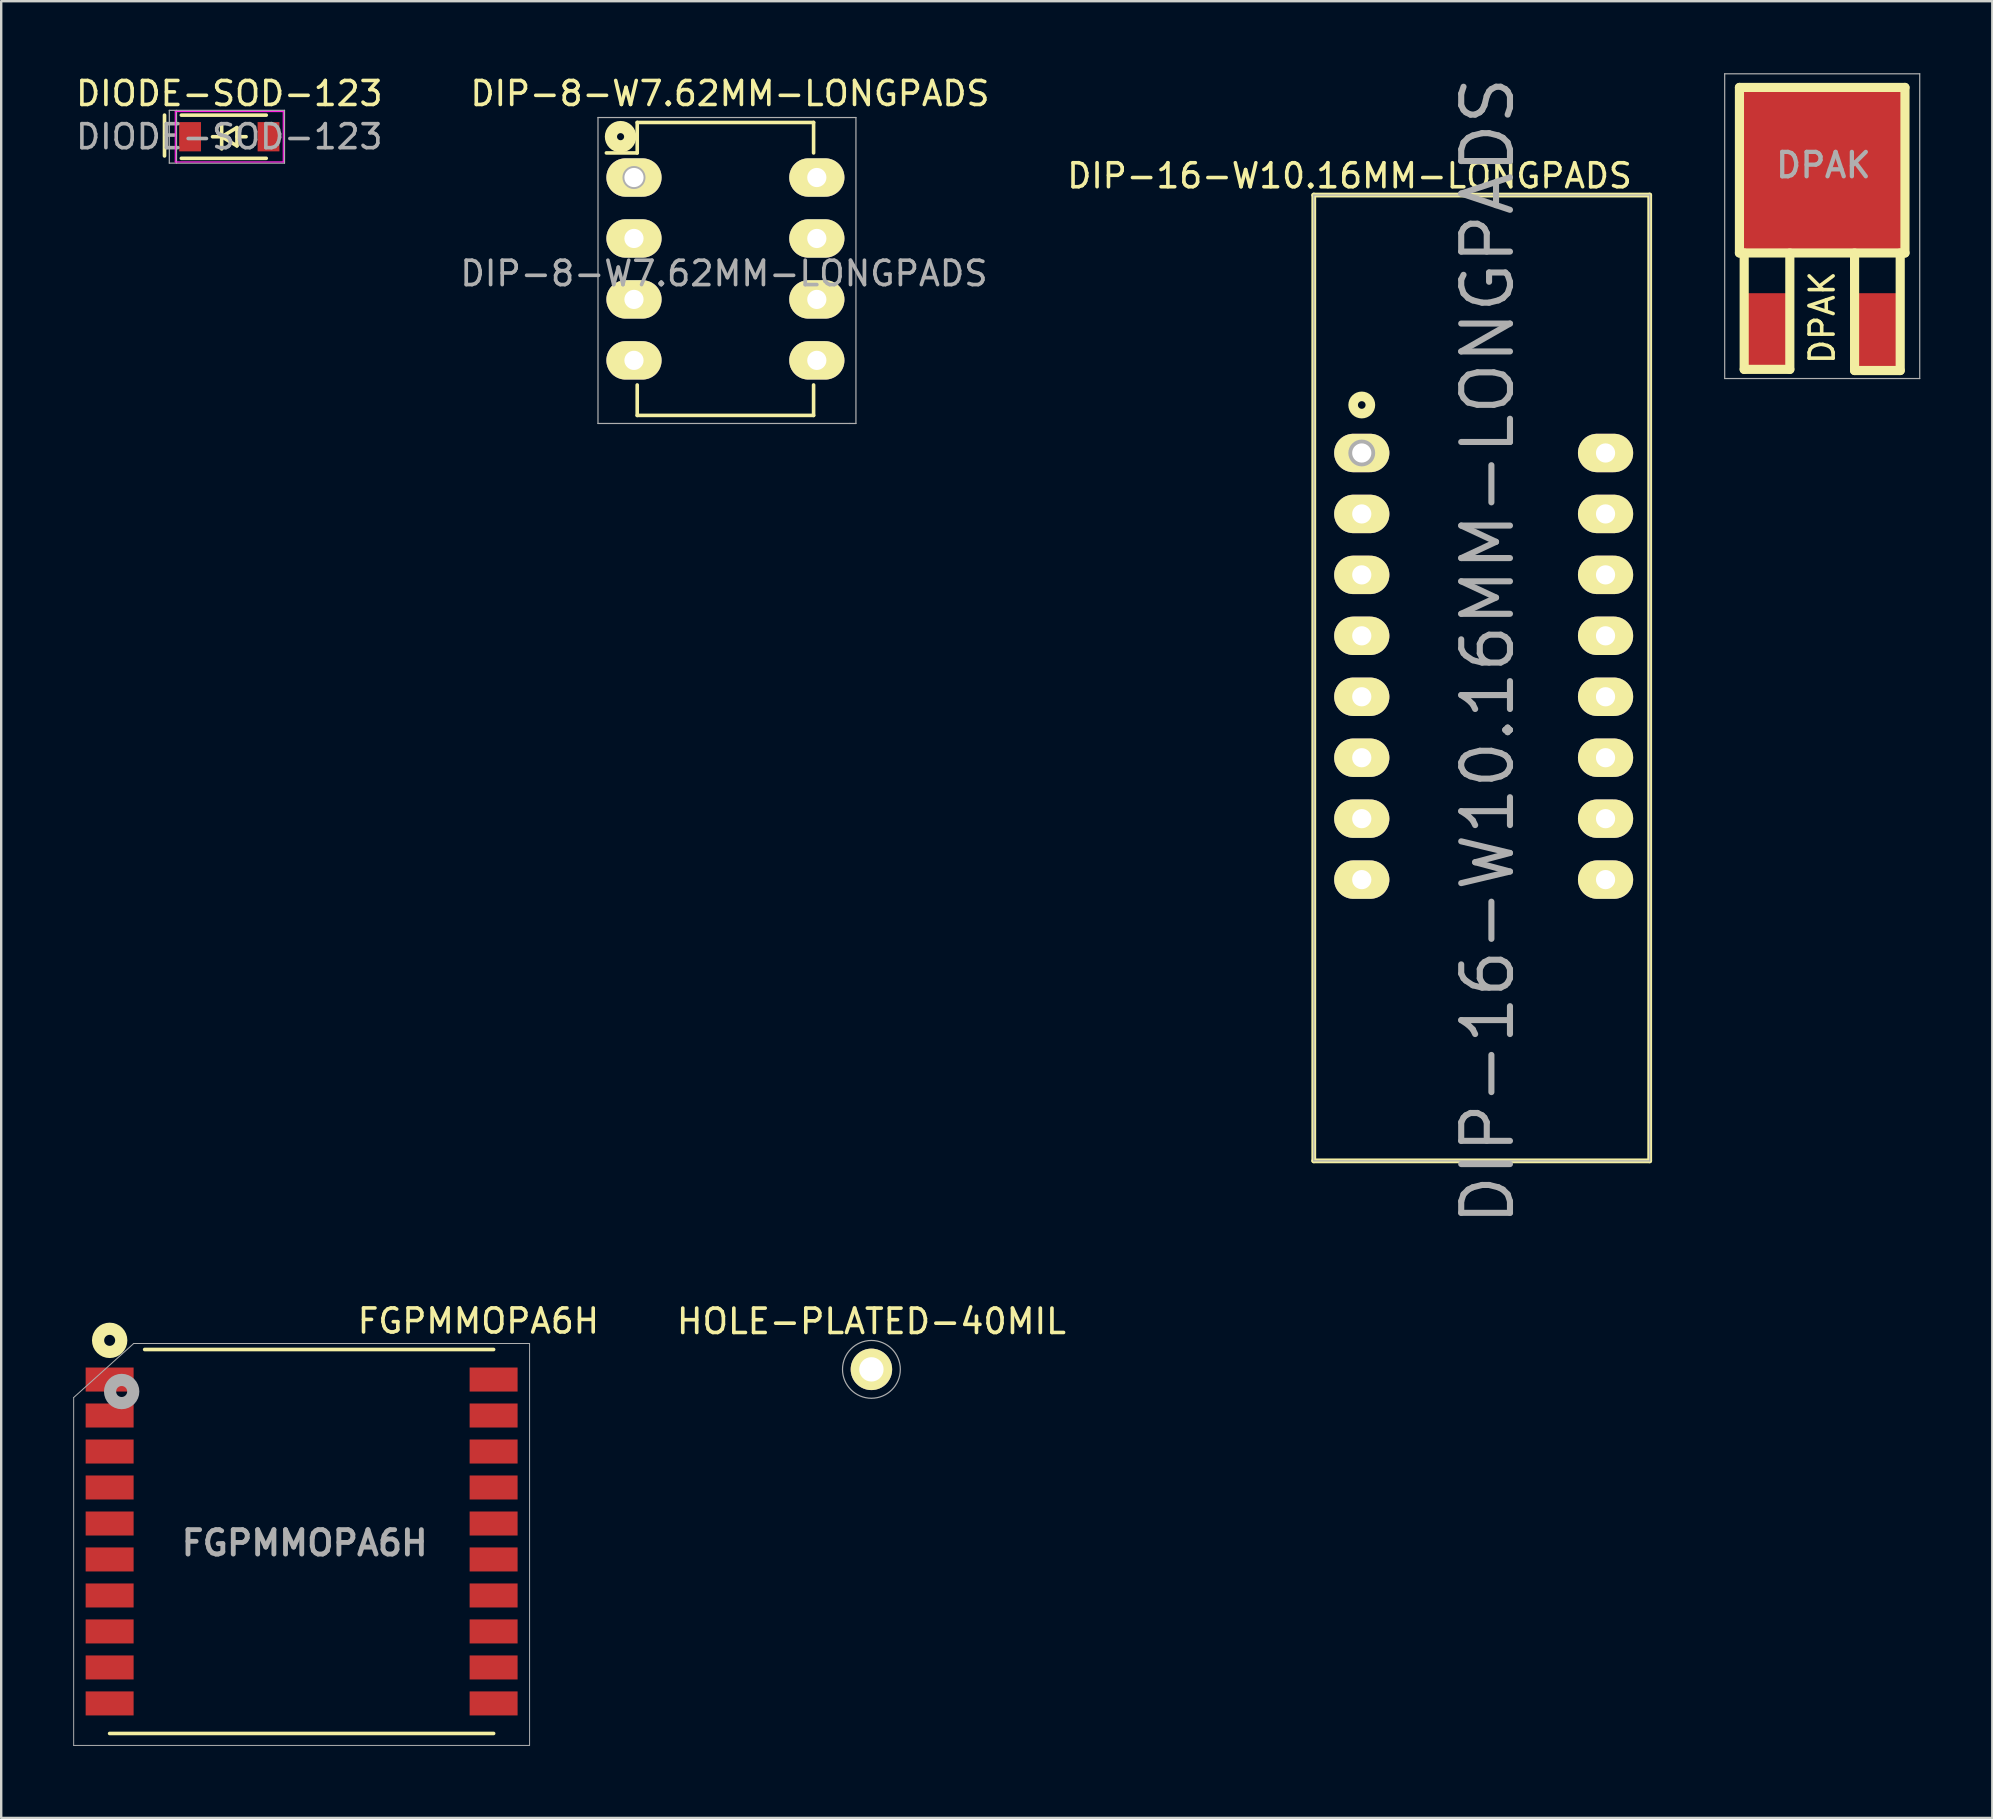
<source format=kicad_pcb>
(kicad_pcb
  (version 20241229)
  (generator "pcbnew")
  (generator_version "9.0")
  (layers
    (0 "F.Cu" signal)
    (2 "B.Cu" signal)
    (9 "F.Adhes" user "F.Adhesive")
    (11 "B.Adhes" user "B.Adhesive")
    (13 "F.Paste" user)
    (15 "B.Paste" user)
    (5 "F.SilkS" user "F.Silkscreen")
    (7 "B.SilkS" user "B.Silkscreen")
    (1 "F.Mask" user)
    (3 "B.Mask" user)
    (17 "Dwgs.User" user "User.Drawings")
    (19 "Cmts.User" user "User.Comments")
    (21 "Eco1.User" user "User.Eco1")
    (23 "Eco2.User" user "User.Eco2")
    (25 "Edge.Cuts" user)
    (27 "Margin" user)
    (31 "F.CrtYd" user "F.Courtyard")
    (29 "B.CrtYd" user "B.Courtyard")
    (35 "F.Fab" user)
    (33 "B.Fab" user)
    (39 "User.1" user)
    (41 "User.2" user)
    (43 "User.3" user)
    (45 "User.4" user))
  (footprint "DPAK"
    (layer "F.Cu")
    (at 72.89 6.375)
    (property "Reference" "DPAK" (at 0.051 -2.54 180) (layer "F.Fab") (effects (font (size 1.016 1.016) (thickness 0.178))))
    (attr smd)
    (fp_line (start -3.449 -5.781) (end 3.449 -5.781) (stroke (width 0.381) (type solid)) (layer "F.SilkS"))
    (fp_line (start -3.449 1.118) (end -3.449 -5.781) (stroke (width 0.381) (type solid)) (layer "F.SilkS"))
    (fp_line (start -3.251 5.969) (end -3.251 1.118) (stroke (width 0.381) (type solid)) (layer "F.SilkS"))
    (fp_line (start -3.251 5.969) (end -1.349 5.969) (stroke (width 0.381) (type solid)) (layer "F.SilkS"))
    (fp_line (start -1.349 5.969) (end -1.349 1.118) (stroke (width 0.381) (type solid)) (layer "F.SilkS"))
    (fp_line (start 1.349 6.017) (end 1.349 1.118) (stroke (width 0.381) (type solid)) (layer "F.SilkS"))
    (fp_line (start 1.349 6.017) (end 3.251 6.017) (stroke (width 0.381) (type solid)) (layer "F.SilkS"))
    (fp_line (start 3.251 6.017) (end 3.251 1.118) (stroke (width 0.381) (type solid)) (layer "F.SilkS"))
    (fp_line (start 3.449 -5.781) (end 3.449 1.118) (stroke (width 0.381) (type solid)) (layer "F.SilkS"))
    (fp_line (start 3.449 1.118) (end -3.449 1.118) (stroke (width 0.381) (type solid)) (layer "F.SilkS"))
    (fp_line (start -4.064 -6.35) (end 4.064 -6.35) (stroke (width 0.05) (type solid)) (layer "F.Fab"))
    (fp_line (start -4.064 6.35) (end -4.064 -6.35) (stroke (width 0.05) (type solid)) (layer "F.Fab"))
    (fp_line (start 4.064 -6.35) (end 4.064 6.35) (stroke (width 0.05) (type solid)) (layer "F.Fab"))
    (fp_line (start 4.064 6.35) (end -4.064 6.35) (stroke (width 0.05) (type solid)) (layer "F.Fab"))
    (fp_text user "${REFERENCE}" (at 0 3.81 90) (layer "F.SilkS") (effects (font (size 1 1) (thickness 0.15))))
    (pad "1" smd rect (at -2.301 4.318) (size 1.651 3.048) (layers "F.Cu" "F.Mask" "F.Paste"))
    (pad "2" smd rect (at 0 -2.332) (size 6.701 6.701) (layers "F.Cu" "F.Mask" "F.Paste"))
    (pad "3" smd rect (at 2.301 4.318) (size 1.651 3.048) (layers "F.Cu" "F.Mask" "F.Paste")))
  (footprint "DIP-8-W7.62MM-LONGPADS"
    (layer "F.Cu")
    (at 23.371 4.348)
    (property "Reference" "DIP-8-W7.62MM-LONGPADS" (at 3.75 4 180) (layer "F.Fab") (effects (font (size 1.016 1.016) (thickness 0.152))))
    (attr smd)
    (fp_line (start 0.135 -2.295) (end 0.135 -1.025) (stroke (width 0.15) (type solid)) (layer "F.SilkS"))
    (fp_line (start 0.135 -2.295) (end 7.485 -2.295) (stroke (width 0.15) (type solid)) (layer "F.SilkS"))
    (fp_line (start 0.135 -1.025) (end -1.15 -1.025) (stroke (width 0.15) (type solid)) (layer "F.SilkS"))
    (fp_line (start 0.135 9.915) (end 0.135 8.645) (stroke (width 0.15) (type solid)) (layer "F.SilkS"))
    (fp_line (start 0.135 9.915) (end 7.485 9.915) (stroke (width 0.15) (type solid)) (layer "F.SilkS"))
    (fp_line (start 7.485 -2.295) (end 7.485 -1.025) (stroke (width 0.15) (type solid)) (layer "F.SilkS"))
    (fp_line (start 7.485 9.915) (end 7.485 8.645) (stroke (width 0.15) (type solid)) (layer "F.SilkS"))
    (fp_circle (center -0.559 -1.702) (end -0.483 -1.575) (stroke (width 0.508) (type solid)) (fill no) (layer "F.SilkS"))
    (fp_line (start -1.5 -2.5) (end -1.5 10.25) (stroke (width 0.051) (type solid)) (layer "F.Fab"))
    (fp_line (start -1.5 10.25) (end 9 10.25) (stroke (width 0.051) (type solid)) (layer "F.Fab"))
    (fp_line (start 9 10.25) (end 9.25 10.25) (stroke (width 0.051) (type solid)) (layer "F.Fab"))
    (fp_line (start 9.25 -2.5) (end -1.5 -2.5) (stroke (width 0.051) (type solid)) (layer "F.Fab"))
    (fp_line (start 9.25 10.25) (end 9.25 -2.5) (stroke (width 0.051) (type solid)) (layer "F.Fab"))
    (fp_circle (center 0 0) (end 0.25 0.25) (stroke (width 0.254) (type solid)) (fill no) (layer "F.Fab"))
    (fp_text user "${REFERENCE}" (at 4 -3.5 0) (layer "F.SilkS") (effects (font (size 1 1) (thickness 0.15))))
    (pad "1" thru_hole oval (at 0 0) (size 2.3 1.6) (drill 0.8) (layers "*.Cu" "*.Mask" "F.SilkS"))
    (pad "2" thru_hole oval (at 0 2.54) (size 2.3 1.6) (drill 0.8) (layers "*.Cu" "*.Mask" "F.SilkS"))
    (pad "3" thru_hole oval (at 0 5.08) (size 2.3 1.6) (drill 0.8) (layers "*.Cu" "*.Mask" "F.SilkS"))
    (pad "4" thru_hole oval (at 0 7.62) (size 2.3 1.6) (drill 0.8) (layers "*.Cu" "*.Mask" "F.SilkS"))
    (pad "5" thru_hole oval (at 7.62 7.62) (size 2.3 1.6) (drill 0.8) (layers "*.Cu" "*.Mask" "F.SilkS"))
    (pad "6" thru_hole oval (at 7.62 5.08) (size 2.3 1.6) (drill 0.8) (layers "*.Cu" "*.Mask" "F.SilkS"))
    (pad "7" thru_hole oval (at 7.62 2.54) (size 2.3 1.6) (drill 0.8) (layers "*.Cu" "*.Mask" "F.SilkS"))
    (pad "8" thru_hole oval (at 7.62 0) (size 2.3 1.6) (drill 0.8) (layers "*.Cu" "*.Mask" "F.SilkS")))
  (footprint "HOLE-PLATED-40MIL"
    (layer "F.Cu")
    (at 33.266 54.018)
    (property "Reference" "HOLE-PLATED-40MIL" (at 0 -2 0) (layer "F.SilkS") (effects (font (size 1.016 1.016) (thickness 0.152))))
    (attr exclude_from_pos_files exclude_from_bom)
    (fp_circle (center 0 0) (end 0.9 0.8) (stroke (width 0.05) (type solid)) (fill no) (layer "F.Fab"))
    (pad "1" thru_hole circle (at 0 0) (size 1.727 1.727) (drill 1.016) (layers "*.Cu" "*.Mask" "F.SilkS")))
  (footprint "DIODE-SOD-123"
    (layer "F.Cu")
    (at 6.506 2.648)
    (property "Reference" "DIODE-SOD-123" (at 0 0 0) (layer "F.Fab") (effects (font (size 1 1) (thickness 0.15))))
    (attr smd)
    (fp_line (start -2.7 -0.9) (end -2.7 0.8) (stroke (width 0.152) (type solid)) (layer "F.SilkS"))
    (fp_line (start -2 -0.9) (end 1.54 -0.9) (stroke (width 0.15) (type solid)) (layer "F.SilkS"))
    (fp_line (start -2 0.9) (end 1.54 0.9) (stroke (width 0.15) (type solid)) (layer "F.SilkS"))
    (fp_line (start -0.699 0) (end -0.318 0) (stroke (width 0.15) (type solid)) (layer "F.SilkS"))
    (fp_line (start -0.318 -0.508) (end -0.318 0.508) (stroke (width 0.15) (type solid)) (layer "F.SilkS"))
    (fp_line (start -0.318 0) (end 0.318 -0.381) (stroke (width 0.15) (type solid)) (layer "F.SilkS"))
    (fp_line (start 0.318 -0.381) (end 0.318 0.381) (stroke (width 0.15) (type solid)) (layer "F.SilkS"))
    (fp_line (start 0.318 0) (end 0.699 0) (stroke (width 0.15) (type solid)) (layer "F.SilkS"))
    (fp_line (start 0.318 0.381) (end -0.318 0) (stroke (width 0.15) (type solid)) (layer "F.SilkS"))
    (fp_line (start -2.25 -1.05) (end -2.25 1.05) (stroke (width 0.05) (type solid)) (layer "F.CrtYd"))
    (fp_line (start -2.25 -1.05) (end 2.25 -1.05) (stroke (width 0.05) (type solid)) (layer "F.CrtYd"))
    (fp_line (start 2.25 -1.05) (end 2.25 1.05) (stroke (width 0.05) (type solid)) (layer "F.CrtYd"))
    (fp_line (start 2.25 1.05) (end -2.25 1.05) (stroke (width 0.05) (type solid)) (layer "F.CrtYd"))
    (fp_line (start -2.5 -1.1) (end -2.5 1.1) (stroke (width 0.051) (type solid)) (layer "F.Fab"))
    (fp_line (start -2.5 1.1) (end 2.3 1.1) (stroke (width 0.051) (type solid)) (layer "F.Fab"))
    (fp_line (start -2.2 -1.1) (end -2.2 1.1) (stroke (width 0.051) (type solid)) (layer "F.Fab"))
    (fp_line (start 2.3 -1.1) (end -2.5 -1.1) (stroke (width 0.051) (type solid)) (layer "F.Fab"))
    (fp_line (start 2.3 1.1) (end 2.3 -1.1) (stroke (width 0.051) (type solid)) (layer "F.Fab"))
    (fp_text user "${REFERENCE}" (at 0 -1.8 0) (layer "F.SilkS") (effects (font (size 1 1) (thickness 0.15))))
    (pad "1" smd rect (at -1.635 0) (size 0.91 1.22) (layers "F.Cu" "F.Mask" "F.Paste"))
    (pad "2" smd rect (at 1.635 0) (size 0.91 1.22) (layers "F.Cu" "F.Mask" "F.Paste")))
  (footprint "FGPMMOPA6H"
    (layer "F.Cu")
    (at 9.52 61.191)
    (property "Reference" "FGPMMOPA6H" (at 0.127 0.064 0) (layer "F.Fab") (effects (font (size 1.016 1.016) (thickness 0.203))))
    (attr smd)
    (fp_line (start -6.54 -8.001) (end 8.001 -8.001) (stroke (width 0.152) (type solid)) (layer "F.SilkS"))
    (fp_line (start 8.001 8.001) (end -8.001 8.001) (stroke (width 0.152) (type solid)) (layer "F.SilkS"))
    (fp_circle (center -8 -8.382) (end -7.873 -8.191) (stroke (width 0.508) (type solid)) (fill no) (layer "F.SilkS"))
    (fp_line (start -9.5 -6) (end -9.5 8.5) (stroke (width 0.041) (type solid)) (layer "F.Fab"))
    (fp_line (start -9.5 -6) (end -7 -8.25) (stroke (width 0.041) (type solid)) (layer "F.Fab"))
    (fp_line (start -9.5 8.5) (end 9.5 8.5) (stroke (width 0.041) (type solid)) (layer "F.Fab"))
    (fp_line (start 9.5 -8.25) (end -7 -8.25) (stroke (width 0.041) (type solid)) (layer "F.Fab"))
    (fp_line (start 9.5 8.5) (end 9.5 -8.25) (stroke (width 0.041) (type solid)) (layer "F.Fab"))
    (fp_circle (center -7.5 -6.25) (end -7.373 -6.059) (stroke (width 0.508) (type solid)) (fill no) (layer "F.Fab"))
    (fp_text user "${REFERENCE}" (at 7.366 -9.187 0) (layer "F.SilkS") (effects (font (size 1 1) (thickness 0.15))))
    (pad "1" smd rect (at -8.001 -6.749) (size 1.999 1.001) (layers "F.Cu" "F.Mask" "F.Paste"))
    (pad "2" smd rect (at -8.001 -5.25) (size 1.999 1.001) (layers "F.Cu" "F.Mask" "F.Paste"))
    (pad "3" smd rect (at -8.001 -3.749) (size 1.999 1.001) (layers "F.Cu" "F.Mask" "F.Paste"))
    (pad "4" smd rect (at -8.001 -2.25) (size 1.999 1.001) (layers "F.Cu" "F.Mask" "F.Paste"))
    (pad "5" smd rect (at -8.001 -0.749) (size 1.999 1.001) (layers "F.Cu" "F.Mask" "F.Paste"))
    (pad "6" smd rect (at -8.001 0.749) (size 1.999 1.001) (layers "F.Cu" "F.Mask" "F.Paste"))
    (pad "7" smd rect (at -8.001 2.25) (size 1.999 1.001) (layers "F.Cu" "F.Mask" "F.Paste"))
    (pad "8" smd rect (at -8.001 3.749) (size 1.999 1.001) (layers "F.Cu" "F.Mask" "F.Paste"))
    (pad "9" smd rect (at -8.001 5.25) (size 1.999 1.001) (layers "F.Cu" "F.Mask" "F.Paste"))
    (pad "10" smd rect (at -8.001 6.749) (size 1.999 1.001) (layers "F.Cu" "F.Mask" "F.Paste"))
    (pad "11" smd rect (at 8.001 6.749) (size 1.999 1.001) (layers "F.Cu" "F.Mask" "F.Paste"))
    (pad "12" smd rect (at 8.001 5.25) (size 1.999 1.001) (layers "F.Cu" "F.Mask" "F.Paste"))
    (pad "13" smd rect (at 8.001 3.749) (size 1.999 1.001) (layers "F.Cu" "F.Mask" "F.Paste"))
    (pad "14" smd rect (at 8.001 2.25) (size 1.999 1.001) (layers "F.Cu" "F.Mask" "F.Paste"))
    (pad "15" smd rect (at 8.001 0.749) (size 1.999 1.001) (layers "F.Cu" "F.Mask" "F.Paste"))
    (pad "16" smd rect (at 8.001 -0.749) (size 1.999 1.001) (layers "F.Cu" "F.Mask" "F.Paste"))
    (pad "17" smd rect (at 8.001 -2.25) (size 1.999 1.001) (layers "F.Cu" "F.Mask" "F.Paste"))
    (pad "18" smd rect (at 8.001 -3.749) (size 1.999 1.001) (layers "F.Cu" "F.Mask" "F.Paste"))
    (pad "19" smd rect (at 8.001 -5.25) (size 1.999 1.001) (layers "F.Cu" "F.Mask" "F.Paste"))
    (pad "20" smd rect (at 8.001 -6.749) (size 1.999 1.001) (layers "F.Cu" "F.Mask" "F.Paste")))
  (footprint "DIP-16-W10.16MM-LONGPADS"
    (layer "F.Cu")
    (at 53.701 15.828)
    (property "Reference" "DIP-16-W10.16MM-LONGPADS" (at 5.25 8.25 90) (layer "F.Fab") (effects (font (size 2.032 2.032) (thickness 0.254))))
    (attr smd)
    (fp_line (start -2 -10.75) (end -2 29.5) (stroke (width 0.2) (type solid)) (layer "F.SilkS"))
    (fp_line (start -2 -10.75) (end 12 -10.75) (stroke (width 0.2) (type solid)) (layer "F.SilkS"))
    (fp_line (start 12 -10.75) (end 12 29.5) (stroke (width 0.2) (type solid)) (layer "F.SilkS"))
    (fp_line (start 12 29.5) (end -2 29.5) (stroke (width 0.2) (type solid)) (layer "F.SilkS"))
    (fp_circle (center 0 -2) (end 0.254 -1.746) (stroke (width 0.4) (type solid)) (fill no) (layer "F.SilkS"))
    (fp_line (start -2 -10.75) (end -2 29.5) (stroke (width 0.05) (type solid)) (layer "F.Fab"))
    (fp_line (start -2 -10.75) (end 12 -10.75) (stroke (width 0.05) (type solid)) (layer "F.Fab"))
    (fp_line (start -2 29.5) (end 12 29.5) (stroke (width 0.05) (type solid)) (layer "F.Fab"))
    (fp_line (start 12 -10.75) (end 12 29.5) (stroke (width 0.05) (type solid)) (layer "F.Fab"))
    (fp_circle (center 0 0) (end 0.254 0.254) (stroke (width 0.4) (type solid)) (fill no) (layer "F.Fab"))
    (fp_text user "${REFERENCE}" (at -0.508 -11.552 0) (layer "F.SilkS") (effects (font (size 1 1) (thickness 0.15))))
    (pad "1" thru_hole oval (at 0 0) (size 2.3 1.6) (drill 0.8) (layers "*.Cu" "*.Mask" "F.SilkS"))
    (pad "2" thru_hole oval (at 0 2.54) (size 2.3 1.6) (drill 0.8) (layers "*.Cu" "*.Mask" "F.SilkS"))
    (pad "3" thru_hole oval (at 0 5.08) (size 2.3 1.6) (drill 0.8) (layers "*.Cu" "*.Mask" "F.SilkS"))
    (pad "4" thru_hole oval (at 0 7.62) (size 2.3 1.6) (drill 0.8) (layers "*.Cu" "*.Mask" "F.SilkS"))
    (pad "5" thru_hole oval (at 0 10.16) (size 2.3 1.6) (drill 0.8) (layers "*.Cu" "*.Mask" "F.SilkS"))
    (pad "6" thru_hole oval (at 0 12.7) (size 2.3 1.6) (drill 0.8) (layers "*.Cu" "*.Mask" "F.SilkS"))
    (pad "7" thru_hole oval (at 0 15.24) (size 2.3 1.6) (drill 0.8) (layers "*.Cu" "*.Mask" "F.SilkS"))
    (pad "8" thru_hole oval (at 0 17.78) (size 2.3 1.6) (drill 0.8) (layers "*.Cu" "*.Mask" "F.SilkS"))
    (pad "9" thru_hole oval (at 10.16 17.78) (size 2.3 1.6) (drill 0.8) (layers "*.Cu" "*.Mask" "F.SilkS"))
    (pad "10" thru_hole oval (at 10.16 15.24) (size 2.3 1.6) (drill 0.8) (layers "*.Cu" "*.Mask" "F.SilkS"))
    (pad "11" thru_hole oval (at 10.16 12.7) (size 2.3 1.6) (drill 0.8) (layers "*.Cu" "*.Mask" "F.SilkS"))
    (pad "12" thru_hole oval (at 10.16 10.16) (size 2.3 1.6) (drill 0.8) (layers "*.Cu" "*.Mask" "F.SilkS"))
    (pad "13" thru_hole oval (at 10.16 7.62) (size 2.3 1.6) (drill 0.8) (layers "*.Cu" "*.Mask" "F.SilkS"))
    (pad "14" thru_hole oval (at 10.16 5.08) (size 2.3 1.6) (drill 0.8) (layers "*.Cu" "*.Mask" "F.SilkS"))
    (pad "15" thru_hole oval (at 10.16 2.54) (size 2.3 1.6) (drill 0.8) (layers "*.Cu" "*.Mask" "F.SilkS"))
    (pad "16" thru_hole oval (at 10.16 0) (size 2.3 1.6) (drill 0.8) (layers "*.Cu" "*.Mask" "F.SilkS")))
  (gr_rect
    (start -3 -3)
    (end 79.979 72.712)
    (stroke (width 0.1) (type default))
    (fill no)
    (layer "Edge.Cuts")))
</source>
